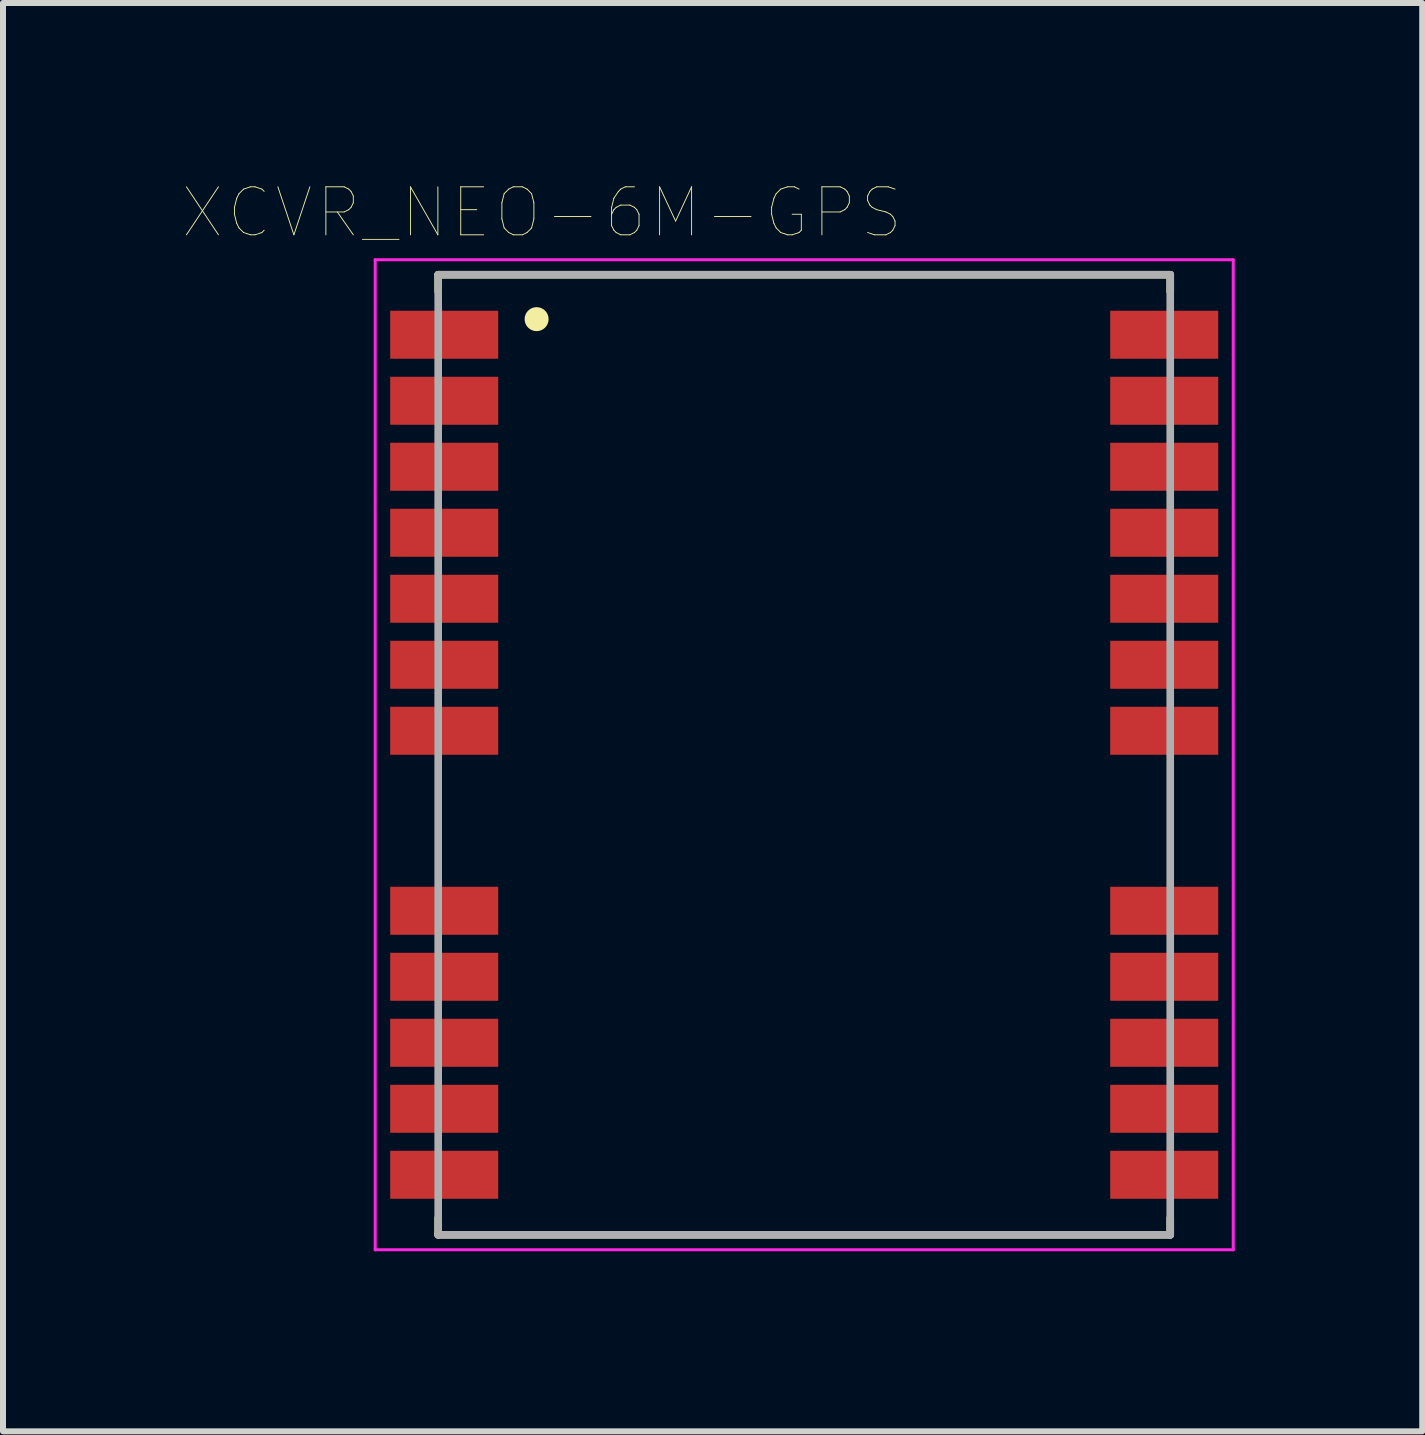
<source format=kicad_pcb>
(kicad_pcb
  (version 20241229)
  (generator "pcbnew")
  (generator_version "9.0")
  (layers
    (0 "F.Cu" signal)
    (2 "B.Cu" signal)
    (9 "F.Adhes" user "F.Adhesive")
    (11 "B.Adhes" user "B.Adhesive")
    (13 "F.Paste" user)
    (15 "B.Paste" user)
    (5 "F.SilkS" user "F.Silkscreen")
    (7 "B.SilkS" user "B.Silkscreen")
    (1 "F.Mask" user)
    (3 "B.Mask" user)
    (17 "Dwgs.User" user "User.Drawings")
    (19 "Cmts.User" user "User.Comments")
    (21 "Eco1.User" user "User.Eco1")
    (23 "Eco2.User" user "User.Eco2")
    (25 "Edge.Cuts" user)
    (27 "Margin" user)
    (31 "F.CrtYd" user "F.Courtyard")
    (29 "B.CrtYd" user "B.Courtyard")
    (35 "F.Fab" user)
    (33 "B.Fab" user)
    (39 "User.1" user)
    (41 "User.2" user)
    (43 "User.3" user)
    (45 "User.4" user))
  (footprint "XCVR_NEO-6M-GPS"
    (layer "F.Cu")
    (at 10.353 9.529)
    (property "Reference" "XCVR_NEO-6M-GPS" (at -4.372 -9.035 0) (layer "F.SilkS") (effects (font (size 0.8 0.8) (thickness 0.015))))
    (attr through_hole)
    (fp_line (start -6.1 -8) (end 6.1 -8) (stroke (width 0.127) (type solid)) (layer "F.SilkS"))
    (fp_line (start -6.1 -7.72) (end -6.1 -8) (stroke (width 0.127) (type solid)) (layer "F.SilkS"))
    (fp_line (start -6.1 7.72) (end -6.1 8) (stroke (width 0.127) (type solid)) (layer "F.SilkS"))
    (fp_line (start -6.1 8) (end 6.1 8) (stroke (width 0.127) (type solid)) (layer "F.SilkS"))
    (fp_line (start 6.1 -8) (end 6.1 -7.72) (stroke (width 0.127) (type solid)) (layer "F.SilkS"))
    (fp_line (start 6.1 8) (end 6.1 7.72) (stroke (width 0.127) (type solid)) (layer "F.SilkS"))
    (fp_circle (center -4.46 -7.26) (end -4.36 -7.26) (stroke (width 0.2) (type solid)) (fill no) (layer "F.SilkS"))
    (fp_poly (pts (xy -7.3 -6.6) (xy -6.1 -6.6) (xy -6.1 -6.7) (xy -5.2 -6.7) (xy -5.2 -7.3) (xy -6.1 -7.3) (xy -6.1 -7.4) (xy -7.3 -7.4)) (stroke (width 0.0001) (type solid)) (fill yes) (layer "F.Paste"))
    (fp_poly (pts (xy -7.3 -5.5) (xy -6.1 -5.5) (xy -6.1 -5.6) (xy -5.2 -5.6) (xy -5.2 -6.2) (xy -6.1 -6.2) (xy -6.1 -6.3) (xy -7.3 -6.3)) (stroke (width 0.0001) (type solid)) (fill yes) (layer "F.Paste"))
    (fp_poly (pts (xy -7.3 -4.4) (xy -6.1 -4.4) (xy -6.1 -4.5) (xy -5.2 -4.5) (xy -5.2 -5.1) (xy -6.1 -5.1) (xy -6.1 -5.2) (xy -7.3 -5.2)) (stroke (width 0.0001) (type solid)) (fill yes) (layer "F.Paste"))
    (fp_poly (pts (xy -7.3 -3.3) (xy -6.1 -3.3) (xy -6.1 -3.4) (xy -5.2 -3.4) (xy -5.2 -4) (xy -6.1 -4) (xy -6.1 -4.1) (xy -7.3 -4.1)) (stroke (width 0.0001) (type solid)) (fill yes) (layer "F.Paste"))
    (fp_poly (pts (xy -7.3 -2.2) (xy -6.1 -2.2) (xy -6.1 -2.3) (xy -5.2 -2.3) (xy -5.2 -2.9) (xy -6.1 -2.9) (xy -6.1 -3) (xy -7.3 -3)) (stroke (width 0.0001) (type solid)) (fill yes) (layer "F.Paste"))
    (fp_poly (pts (xy -7.3 -1.1) (xy -6.1 -1.1) (xy -6.1 -1.2) (xy -5.2 -1.2) (xy -5.2 -1.8) (xy -6.1 -1.8) (xy -6.1 -1.9) (xy -7.3 -1.9)) (stroke (width 0.0001) (type solid)) (fill yes) (layer "F.Paste"))
    (fp_poly (pts (xy -7.3 0) (xy -6.1 0) (xy -6.1 -0.1) (xy -5.2 -0.1) (xy -5.2 -0.7) (xy -6.1 -0.7) (xy -6.1 -0.8) (xy -7.3 -0.8)) (stroke (width 0.0001) (type solid)) (fill yes) (layer "F.Paste"))
    (fp_poly (pts (xy -7.3 2.2) (xy -6.1 2.2) (xy -6.1 2.3) (xy -5.2 2.3) (xy -5.2 2.9) (xy -6.1 2.9) (xy -6.1 3) (xy -7.3 3)) (stroke (width 0.0001) (type solid)) (fill yes) (layer "F.Paste"))
    (fp_poly (pts (xy -7.3 3.3) (xy -6.1 3.3) (xy -6.1 3.4) (xy -5.2 3.4) (xy -5.2 4) (xy -6.1 4) (xy -6.1 4.1) (xy -7.3 4.1)) (stroke (width 0.0001) (type solid)) (fill yes) (layer "F.Paste"))
    (fp_poly (pts (xy -7.3 4.4) (xy -6.1 4.4) (xy -6.1 4.5) (xy -5.2 4.5) (xy -5.2 5.1) (xy -6.1 5.1) (xy -6.1 5.2) (xy -7.3 5.2)) (stroke (width 0.0001) (type solid)) (fill yes) (layer "F.Paste"))
    (fp_poly (pts (xy -7.3 5.5) (xy -6.1 5.5) (xy -6.1 5.6) (xy -5.2 5.6) (xy -5.2 6.2) (xy -6.1 6.2) (xy -6.1 6.3) (xy -7.3 6.3)) (stroke (width 0.0001) (type solid)) (fill yes) (layer "F.Paste"))
    (fp_poly (pts (xy -7.3 6.6) (xy -6.1 6.6) (xy -6.1 6.7) (xy -5.2 6.7) (xy -5.2 7.3) (xy -6.1 7.3) (xy -6.1 7.4) (xy -7.3 7.4)) (stroke (width 0.0001) (type solid)) (fill yes) (layer "F.Paste"))
    (fp_poly (pts (xy 7.3 -6.6) (xy 6.1 -6.6) (xy 6.1 -6.7) (xy 5.2 -6.7) (xy 5.2 -7.3) (xy 6.1 -7.3) (xy 6.1 -7.4) (xy 7.3 -7.4)) (stroke (width 0.0001) (type solid)) (fill yes) (layer "F.Paste"))
    (fp_poly (pts (xy 7.3 -5.5) (xy 6.1 -5.5) (xy 6.1 -5.6) (xy 5.2 -5.6) (xy 5.2 -6.2) (xy 6.1 -6.2) (xy 6.1 -6.3) (xy 7.3 -6.3)) (stroke (width 0.0001) (type solid)) (fill yes) (layer "F.Paste"))
    (fp_poly (pts (xy 7.3 -4.4) (xy 6.1 -4.4) (xy 6.1 -4.5) (xy 5.2 -4.5) (xy 5.2 -5.1) (xy 6.1 -5.1) (xy 6.1 -5.2) (xy 7.3 -5.2)) (stroke (width 0.0001) (type solid)) (fill yes) (layer "F.Paste"))
    (fp_poly (pts (xy 7.3 -3.3) (xy 6.1 -3.3) (xy 6.1 -3.4) (xy 5.2 -3.4) (xy 5.2 -4) (xy 6.1 -4) (xy 6.1 -4.1) (xy 7.3 -4.1)) (stroke (width 0.0001) (type solid)) (fill yes) (layer "F.Paste"))
    (fp_poly (pts (xy 7.3 -2.2) (xy 6.1 -2.2) (xy 6.1 -2.3) (xy 5.2 -2.3) (xy 5.2 -2.9) (xy 6.1 -2.9) (xy 6.1 -3) (xy 7.3 -3)) (stroke (width 0.0001) (type solid)) (fill yes) (layer "F.Paste"))
    (fp_poly (pts (xy 7.3 -1.1) (xy 6.1 -1.1) (xy 6.1 -1.2) (xy 5.2 -1.2) (xy 5.2 -1.8) (xy 6.1 -1.8) (xy 6.1 -1.9) (xy 7.3 -1.9)) (stroke (width 0.0001) (type solid)) (fill yes) (layer "F.Paste"))
    (fp_poly (pts (xy 7.3 0) (xy 6.1 0) (xy 6.1 -0.1) (xy 5.2 -0.1) (xy 5.2 -0.7) (xy 6.1 -0.7) (xy 6.1 -0.8) (xy 7.3 -0.8)) (stroke (width 0.0001) (type solid)) (fill yes) (layer "F.Paste"))
    (fp_poly (pts (xy 7.3 2.2) (xy 6.1 2.2) (xy 6.1 2.3) (xy 5.2 2.3) (xy 5.2 2.9) (xy 6.1 2.9) (xy 6.1 3) (xy 7.3 3)) (stroke (width 0.0001) (type solid)) (fill yes) (layer "F.Paste"))
    (fp_poly (pts (xy 7.3 3.3) (xy 6.1 3.3) (xy 6.1 3.4) (xy 5.2 3.4) (xy 5.2 4) (xy 6.1 4) (xy 6.1 4.1) (xy 7.3 4.1)) (stroke (width 0.0001) (type solid)) (fill yes) (layer "F.Paste"))
    (fp_poly (pts (xy 7.3 4.4) (xy 6.1 4.4) (xy 6.1 4.5) (xy 5.2 4.5) (xy 5.2 5.1) (xy 6.1 5.1) (xy 6.1 5.2) (xy 7.3 5.2)) (stroke (width 0.0001) (type solid)) (fill yes) (layer "F.Paste"))
    (fp_poly (pts (xy 7.3 5.5) (xy 6.1 5.5) (xy 6.1 5.6) (xy 5.2 5.6) (xy 5.2 6.2) (xy 6.1 6.2) (xy 6.1 6.3) (xy 7.3 6.3)) (stroke (width 0.0001) (type solid)) (fill yes) (layer "F.Paste"))
    (fp_poly (pts (xy 7.3 6.6) (xy 6.1 6.6) (xy 6.1 6.7) (xy 5.2 6.7) (xy 5.2 7.3) (xy 6.1 7.3) (xy 6.1 7.4) (xy 7.3 7.4)) (stroke (width 0.0001) (type solid)) (fill yes) (layer "F.Paste"))
    (fp_line (start -7.15 -8.25) (end 7.15 -8.25) (stroke (width 0.05) (type solid)) (layer "F.CrtYd"))
    (fp_line (start -7.15 8.25) (end -7.15 -8.25) (stroke (width 0.05) (type solid)) (layer "F.CrtYd"))
    (fp_line (start 7.15 -8.25) (end 7.15 8.25) (stroke (width 0.05) (type solid)) (layer "F.CrtYd"))
    (fp_line (start 7.15 8.25) (end -7.15 8.25) (stroke (width 0.05) (type solid)) (layer "F.CrtYd"))
    (fp_line (start -6.1 -8) (end 6.1 -8) (stroke (width 0.127) (type solid)) (layer "F.Fab"))
    (fp_line (start -6.1 8) (end -6.1 -8) (stroke (width 0.127) (type solid)) (layer "F.Fab"))
    (fp_line (start 6.1 -8) (end 6.1 8) (stroke (width 0.127) (type solid)) (layer "F.Fab"))
    (fp_line (start 6.1 8) (end -6.1 8) (stroke (width 0.127) (type solid)) (layer "F.Fab"))
    (pad "1" smd rect (at -6 -7) (size 1.8 0.8) (layers "F.Cu" "F.Mask"))
    (pad "2" smd rect (at -6 -5.9) (size 1.8 0.8) (layers "F.Cu" "F.Mask"))
    (pad "3" smd rect (at -6 -4.8) (size 1.8 0.8) (layers "F.Cu" "F.Mask"))
    (pad "4" smd rect (at -6 -3.7) (size 1.8 0.8) (layers "F.Cu" "F.Mask"))
    (pad "5" smd rect (at -6 -2.6) (size 1.8 0.8) (layers "F.Cu" "F.Mask"))
    (pad "6" smd rect (at -6 -1.5) (size 1.8 0.8) (layers "F.Cu" "F.Mask"))
    (pad "7" smd rect (at -6 -0.4) (size 1.8 0.8) (layers "F.Cu" "F.Mask"))
    (pad "8" smd rect (at -6 2.6) (size 1.8 0.8) (layers "F.Cu" "F.Mask"))
    (pad "9" smd rect (at -6 3.7) (size 1.8 0.8) (layers "F.Cu" "F.Mask"))
    (pad "10" smd rect (at -6 4.8) (size 1.8 0.8) (layers "F.Cu" "F.Mask"))
    (pad "11" smd rect (at -6 5.9) (size 1.8 0.8) (layers "F.Cu" "F.Mask"))
    (pad "12" smd rect (at -6 7) (size 1.8 0.8) (layers "F.Cu" "F.Mask"))
    (pad "13" smd rect (at 6 7) (size 1.8 0.8) (layers "F.Cu" "F.Mask"))
    (pad "14" smd rect (at 6 5.9) (size 1.8 0.8) (layers "F.Cu" "F.Mask"))
    (pad "15" smd rect (at 6 4.8) (size 1.8 0.8) (layers "F.Cu" "F.Mask"))
    (pad "16" smd rect (at 6 3.7) (size 1.8 0.8) (layers "F.Cu" "F.Mask"))
    (pad "17" smd rect (at 6 2.6) (size 1.8 0.8) (layers "F.Cu" "F.Mask"))
    (pad "18" smd rect (at 6 -0.4) (size 1.8 0.8) (layers "F.Cu" "F.Mask"))
    (pad "19" smd rect (at 6 -1.5) (size 1.8 0.8) (layers "F.Cu" "F.Mask"))
    (pad "20" smd rect (at 6 -2.6) (size 1.8 0.8) (layers "F.Cu" "F.Mask"))
    (pad "21" smd rect (at 6 -3.7) (size 1.8 0.8) (layers "F.Cu" "F.Mask"))
    (pad "22" smd rect (at 6 -4.8) (size 1.8 0.8) (layers "F.Cu" "F.Mask"))
    (pad "23" smd rect (at 6 -5.9) (size 1.8 0.8) (layers "F.Cu" "F.Mask"))
    (pad "24" smd rect (at 6 -7) (size 1.8 0.8) (layers "F.Cu" "F.Mask")))
  (gr_rect
    (start -3 -3)
    (end 20.653 20.804)
    (stroke (width 0.1) (type default))
    (fill no)
    (layer "Edge.Cuts")))
</source>
